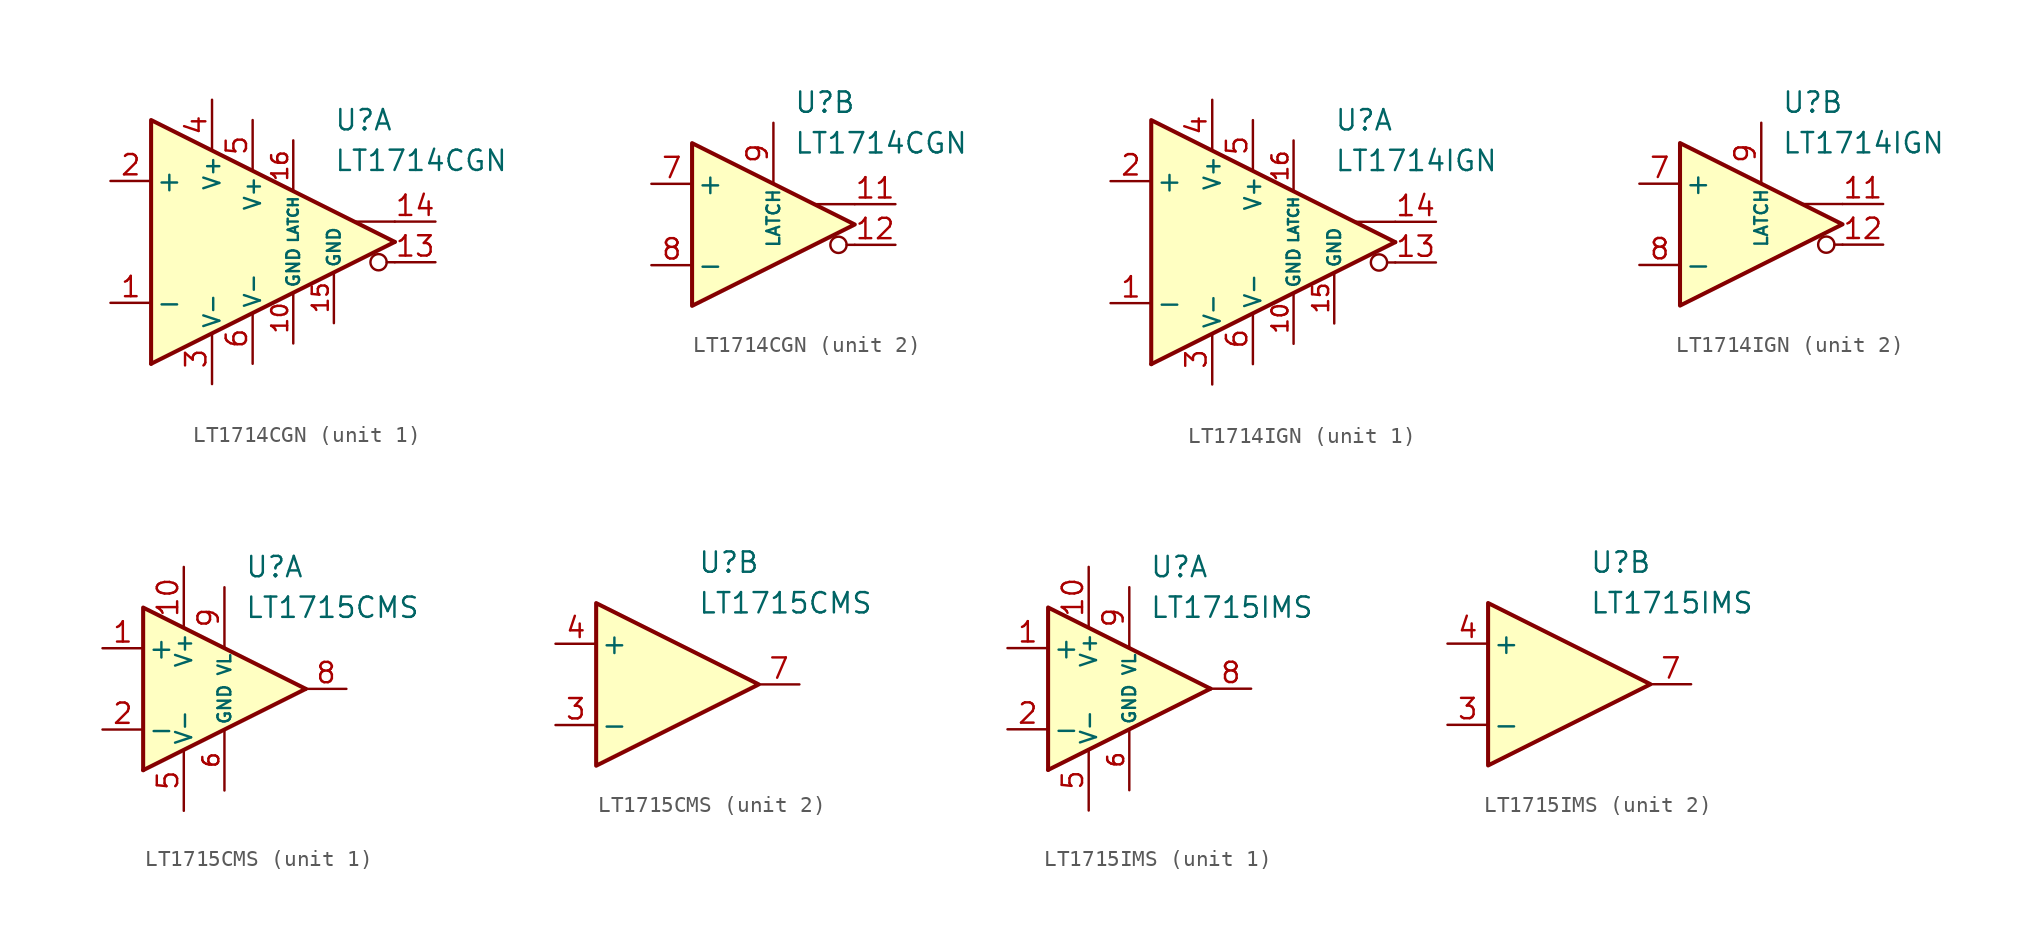
<source format=kicad_sym>
(kicad_symbol_lib
  (version 20231120)
  (generator "kicad_symbol_editor")
  (generator_version "8.0")
  (symbol "LT1714CGN"
    (pin_names
      (offset 0.254))
    (property "Reference" "U"
      (at 2.54 7.62 0)
      (effects (font (size 1.27 1.27)) (justify left)))
    (property "Value" "LT1714CGN"
      (at 2.54 5.08 0)
      (effects (font (size 1.27 1.27)) (justify left)))
    (property "ki_locked" ""
      (at 0 0 0)
      (effects (font (size 1.27 1.27))))
    (symbol "LT1714CGN_0_0"
      (polyline (pts (xy 6.35 -1.27) (xy 5.842 -1.27)) (stroke (width 0.152) (type default)) (fill (type none)))
      (polyline (pts (xy 6.35 1.27) (xy 3.81 1.27)) (stroke (width 0.152) (type default)) (fill (type none)))
      (circle (center 5.334 -1.27) (radius 0.508) (stroke (width 0.152) (type default)) (fill (type none))))
    (symbol "LT1714CGN_1_0"
      (polyline (pts (xy 6.35 0) (xy -8.89 -7.62)) (stroke (width 0.254) (type default)) (fill (type none)))
      (polyline (pts (xy 6.35 0) (xy -8.89 7.62) (xy -8.89 -7.62)) (stroke (width 0.254) (type default)) (fill (type background))))
    (symbol "LT1714CGN_1_1"
      (pin input line (at -11.43 -3.81 0) (length 2.54) (name "-" (effects (font (size 1.27 1.27)))) (number "1" (effects (font (size 1.27 1.27)))))
      (pin power_in line (at 0 -6.35 90) (length 3.18) (name "GND" (effects (font (size 0.8 0.8)))) (number "10" (effects (font (size 1 1)))))
      (pin output line (at 8.89 -1.27 180) (length 2.54) (name "~" (effects (font (size 1.27 1.27)))) (number "13" (effects (font (size 1.27 1.27)))))
      (pin output line (at 8.89 1.27 180) (length 2.54) (name "~" (effects (font (size 1.27 1.27)))) (number "14" (effects (font (size 1.27 1.27)))))
      (pin power_in line (at 2.54 -5.08 90) (length 3.18) (name "GND" (effects (font (size 0.8 0.8)))) (number "15" (effects (font (size 1 1)))))
      (pin input line (at 0 6.35 270) (length 3.18) (name "LATCH" (effects (font (size 0.635 0.635)))) (number "16" (effects (font (size 1 1)))))
      (pin input line (at -11.43 3.81 0) (length 2.54) (name "+" (effects (font (size 1.27 1.27)))) (number "2" (effects (font (size 1.27 1.27)))))
      (pin power_in line (at -5.08 -8.89 90) (length 3.18) (name "V-" (effects (font (size 1 1)))) (number "3" (effects (font (size 1.27 1.27)))))
      (pin power_in line (at -5.08 8.89 270) (length 3.18) (name "V+" (effects (font (size 1 1)))) (number "4" (effects (font (size 1.27 1.27)))))
      (pin power_in line (at -2.54 7.62 270) (length 3.18) (name "V+" (effects (font (size 1 1)))) (number "5" (effects (font (size 1.27 1.27)))))
      (pin power_in line (at -2.54 -7.62 90) (length 3.18) (name "V-" (effects (font (size 1 1)))) (number "6" (effects (font (size 1.27 1.27))))))
    (symbol "LT1714CGN_2_0"
      (polyline (pts (xy 6.35 0) (xy -3.81 5.08) (xy -3.81 -5.08) (xy 6.35 0)) (stroke (width 0.254) (type default)) (fill (type background))))
    (symbol "LT1714CGN_2_1"
      (pin output line (at 8.89 1.27 180) (length 2.54) (name "~" (effects (font (size 1.27 1.27)))) (number "11" (effects (font (size 1.27 1.27)))))
      (pin output line (at 8.89 -1.27 180) (length 2.54) (name "~" (effects (font (size 1.27 1.27)))) (number "12" (effects (font (size 1.27 1.27)))))
      (pin input line (at -6.35 2.54 0) (length 2.54) (name "+" (effects (font (size 1.27 1.27)))) (number "7" (effects (font (size 1.27 1.27)))))
      (pin input line (at -6.35 -2.54 0) (length 2.54) (name "-" (effects (font (size 1.27 1.27)))) (number "8" (effects (font (size 1.27 1.27)))))
      (pin input line (at 1.27 6.35 270) (length 3.81) (name "LATCH" (effects (font (size 0.8 0.8)))) (number "9" (effects (font (size 1.27 1.27)))))))
  (symbol "LT1714IGN"
    (pin_names
      (offset 0.254))
    (property "Reference" "U"
      (at 2.54 7.62 0)
      (effects (font (size 1.27 1.27)) (justify left)))
    (property "Value" "LT1714IGN"
      (at 2.54 5.08 0)
      (effects (font (size 1.27 1.27)) (justify left)))
    (property "ki_locked" ""
      (at 0 0 0)
      (effects (font (size 1.27 1.27))))
    (symbol "LT1714IGN_0_0"
      (polyline (pts (xy 6.35 -1.27) (xy 5.842 -1.27)) (stroke (width 0.152) (type default)) (fill (type none)))
      (polyline (pts (xy 6.35 1.27) (xy 3.81 1.27)) (stroke (width 0.152) (type default)) (fill (type none)))
      (circle (center 5.334 -1.27) (radius 0.508) (stroke (width 0.152) (type default)) (fill (type none))))
    (symbol "LT1714IGN_1_0"
      (polyline (pts (xy 6.35 0) (xy -8.89 -7.62)) (stroke (width 0.254) (type default)) (fill (type none)))
      (polyline (pts (xy 6.35 0) (xy -8.89 7.62) (xy -8.89 -7.62)) (stroke (width 0.254) (type default)) (fill (type background))))
    (symbol "LT1714IGN_1_1"
      (pin input line (at -11.43 -3.81 0) (length 2.54) (name "-" (effects (font (size 1.27 1.27)))) (number "1" (effects (font (size 1.27 1.27)))))
      (pin power_in line (at 0 -6.35 90) (length 3.18) (name "GND" (effects (font (size 0.8 0.8)))) (number "10" (effects (font (size 1 1)))))
      (pin output line (at 8.89 -1.27 180) (length 2.54) (name "~" (effects (font (size 1.27 1.27)))) (number "13" (effects (font (size 1.27 1.27)))))
      (pin output line (at 8.89 1.27 180) (length 2.54) (name "~" (effects (font (size 1.27 1.27)))) (number "14" (effects (font (size 1.27 1.27)))))
      (pin power_in line (at 2.54 -5.08 90) (length 3.18) (name "GND" (effects (font (size 0.8 0.8)))) (number "15" (effects (font (size 1 1)))))
      (pin input line (at 0 6.35 270) (length 3.18) (name "LATCH" (effects (font (size 0.635 0.635)))) (number "16" (effects (font (size 1 1)))))
      (pin input line (at -11.43 3.81 0) (length 2.54) (name "+" (effects (font (size 1.27 1.27)))) (number "2" (effects (font (size 1.27 1.27)))))
      (pin power_in line (at -5.08 -8.89 90) (length 3.18) (name "V-" (effects (font (size 1 1)))) (number "3" (effects (font (size 1.27 1.27)))))
      (pin power_in line (at -5.08 8.89 270) (length 3.18) (name "V+" (effects (font (size 1 1)))) (number "4" (effects (font (size 1.27 1.27)))))
      (pin power_in line (at -2.54 7.62 270) (length 3.18) (name "V+" (effects (font (size 1 1)))) (number "5" (effects (font (size 1.27 1.27)))))
      (pin power_in line (at -2.54 -7.62 90) (length 3.18) (name "V-" (effects (font (size 1 1)))) (number "6" (effects (font (size 1.27 1.27))))))
    (symbol "LT1714IGN_2_0"
      (polyline (pts (xy 6.35 0) (xy -3.81 5.08) (xy -3.81 -5.08) (xy 6.35 0)) (stroke (width 0.254) (type default)) (fill (type background))))
    (symbol "LT1714IGN_2_1"
      (pin output line (at 8.89 1.27 180) (length 2.54) (name "~" (effects (font (size 1.27 1.27)))) (number "11" (effects (font (size 1.27 1.27)))))
      (pin output line (at 8.89 -1.27 180) (length 2.54) (name "~" (effects (font (size 1.27 1.27)))) (number "12" (effects (font (size 1.27 1.27)))))
      (pin input line (at -6.35 2.54 0) (length 2.54) (name "+" (effects (font (size 1.27 1.27)))) (number "7" (effects (font (size 1.27 1.27)))))
      (pin input line (at -6.35 -2.54 0) (length 2.54) (name "-" (effects (font (size 1.27 1.27)))) (number "8" (effects (font (size 1.27 1.27)))))
      (pin input line (at 1.27 6.35 270) (length 3.81) (name "LATCH" (effects (font (size 0.8 0.8)))) (number "9" (effects (font (size 1.27 1.27)))))))
  (symbol "LT1715CMS"
    (pin_names
      (offset 0.254))
    (property "Reference" "U"
      (at 2.54 7.62 0)
      (effects (font (size 1.27 1.27)) (justify left)))
    (property "Value" "LT1715CMS"
      (at 2.54 5.08 0)
      (effects (font (size 1.27 1.27)) (justify left)))
    (property "ki_locked" ""
      (at 0 0 0)
      (effects (font (size 1.27 1.27))))
    (symbol "LT1715CMS_1_0"
      (polyline (pts (xy 6.35 0) (xy -3.81 -5.08)) (stroke (width 0.254) (type default)) (fill (type none)))
      (polyline (pts (xy 6.35 0) (xy -3.81 5.08) (xy -3.81 -5.08)) (stroke (width 0.254) (type default)) (fill (type background))))
    (symbol "LT1715CMS_1_1"
      (pin input line (at -6.35 2.54 0) (length 2.54) (name "+" (effects (font (size 1.27 1.27)))) (number "1" (effects (font (size 1.27 1.27)))))
      (pin power_in line (at -1.27 7.62 270) (length 3.81) (name "V+" (effects (font (size 1 1)))) (number "10" (effects (font (size 1.27 1.27)))))
      (pin input line (at -6.35 -2.54 0) (length 2.54) (name "-" (effects (font (size 1.27 1.27)))) (number "2" (effects (font (size 1.27 1.27)))))
      (pin power_in line (at -1.27 -7.62 90) (length 3.81) (name "V-" (effects (font (size 1 1)))) (number "5" (effects (font (size 1.27 1.27)))))
      (pin power_in line (at 1.27 -6.35 90) (length 3.81) (name "GND" (effects (font (size 0.8 0.8)))) (number "6" (effects (font (size 1 1)))))
      (pin output line (at 8.89 0 180) (length 2.54) (name "~" (effects (font (size 1.27 1.27)))) (number "8" (effects (font (size 1.27 1.27)))))
      (pin power_in line (at 1.27 6.35 270) (length 3.81) (name "VL" (effects (font (size 0.8 0.8)))) (number "9" (effects (font (size 1.27 1.27))))))
    (symbol "LT1715CMS_2_0"
      (polyline (pts (xy 6.35 0) (xy -3.81 5.08) (xy -3.81 -5.08) (xy 6.35 0)) (stroke (width 0.254) (type default)) (fill (type background))))
    (symbol "LT1715CMS_2_1"
      (pin input line (at -6.35 -2.54 0) (length 2.54) (name "-" (effects (font (size 1.27 1.27)))) (number "3" (effects (font (size 1.27 1.27)))))
      (pin input line (at -6.35 2.54 0) (length 2.54) (name "+" (effects (font (size 1.27 1.27)))) (number "4" (effects (font (size 1.27 1.27)))))
      (pin output line (at 8.89 0 180) (length 2.54) (name "~" (effects (font (size 1.27 1.27)))) (number "7" (effects (font (size 1.27 1.27)))))))
  (symbol "LT1715IMS"
    (pin_names
      (offset 0.254))
    (property "Reference" "U"
      (at 2.54 7.62 0)
      (effects (font (size 1.27 1.27)) (justify left)))
    (property "Value" "LT1715IMS"
      (at 2.54 5.08 0)
      (effects (font (size 1.27 1.27)) (justify left)))
    (property "ki_locked" ""
      (at 0 0 0)
      (effects (font (size 1.27 1.27))))
    (symbol "LT1715IMS_1_0"
      (polyline (pts (xy 6.35 0) (xy -3.81 -5.08)) (stroke (width 0.254) (type default)) (fill (type none)))
      (polyline (pts (xy 6.35 0) (xy -3.81 5.08) (xy -3.81 -5.08)) (stroke (width 0.254) (type default)) (fill (type background))))
    (symbol "LT1715IMS_1_1"
      (pin input line (at -6.35 2.54 0) (length 2.54) (name "+" (effects (font (size 1.27 1.27)))) (number "1" (effects (font (size 1.27 1.27)))))
      (pin power_in line (at -1.27 7.62 270) (length 3.81) (name "V+" (effects (font (size 1 1)))) (number "10" (effects (font (size 1.27 1.27)))))
      (pin input line (at -6.35 -2.54 0) (length 2.54) (name "-" (effects (font (size 1.27 1.27)))) (number "2" (effects (font (size 1.27 1.27)))))
      (pin power_in line (at -1.27 -7.62 90) (length 3.81) (name "V-" (effects (font (size 1 1)))) (number "5" (effects (font (size 1.27 1.27)))))
      (pin power_in line (at 1.27 -6.35 90) (length 3.81) (name "GND" (effects (font (size 0.8 0.8)))) (number "6" (effects (font (size 1 1)))))
      (pin output line (at 8.89 0 180) (length 2.54) (name "~" (effects (font (size 1.27 1.27)))) (number "8" (effects (font (size 1.27 1.27)))))
      (pin power_in line (at 1.27 6.35 270) (length 3.81) (name "VL" (effects (font (size 0.8 0.8)))) (number "9" (effects (font (size 1.27 1.27))))))
    (symbol "LT1715IMS_2_0"
      (polyline (pts (xy 6.35 0) (xy -3.81 5.08) (xy -3.81 -5.08) (xy 6.35 0)) (stroke (width 0.254) (type default)) (fill (type background))))
    (symbol "LT1715IMS_2_1"
      (pin input line (at -6.35 -2.54 0) (length 2.54) (name "-" (effects (font (size 1.27 1.27)))) (number "3" (effects (font (size 1.27 1.27)))))
      (pin input line (at -6.35 2.54 0) (length 2.54) (name "+" (effects (font (size 1.27 1.27)))) (number "4" (effects (font (size 1.27 1.27)))))
      (pin output line (at 8.89 0 180) (length 2.54) (name "~" (effects (font (size 1.27 1.27)))) (number "7" (effects (font (size 1.27 1.27))))))))
</source>
